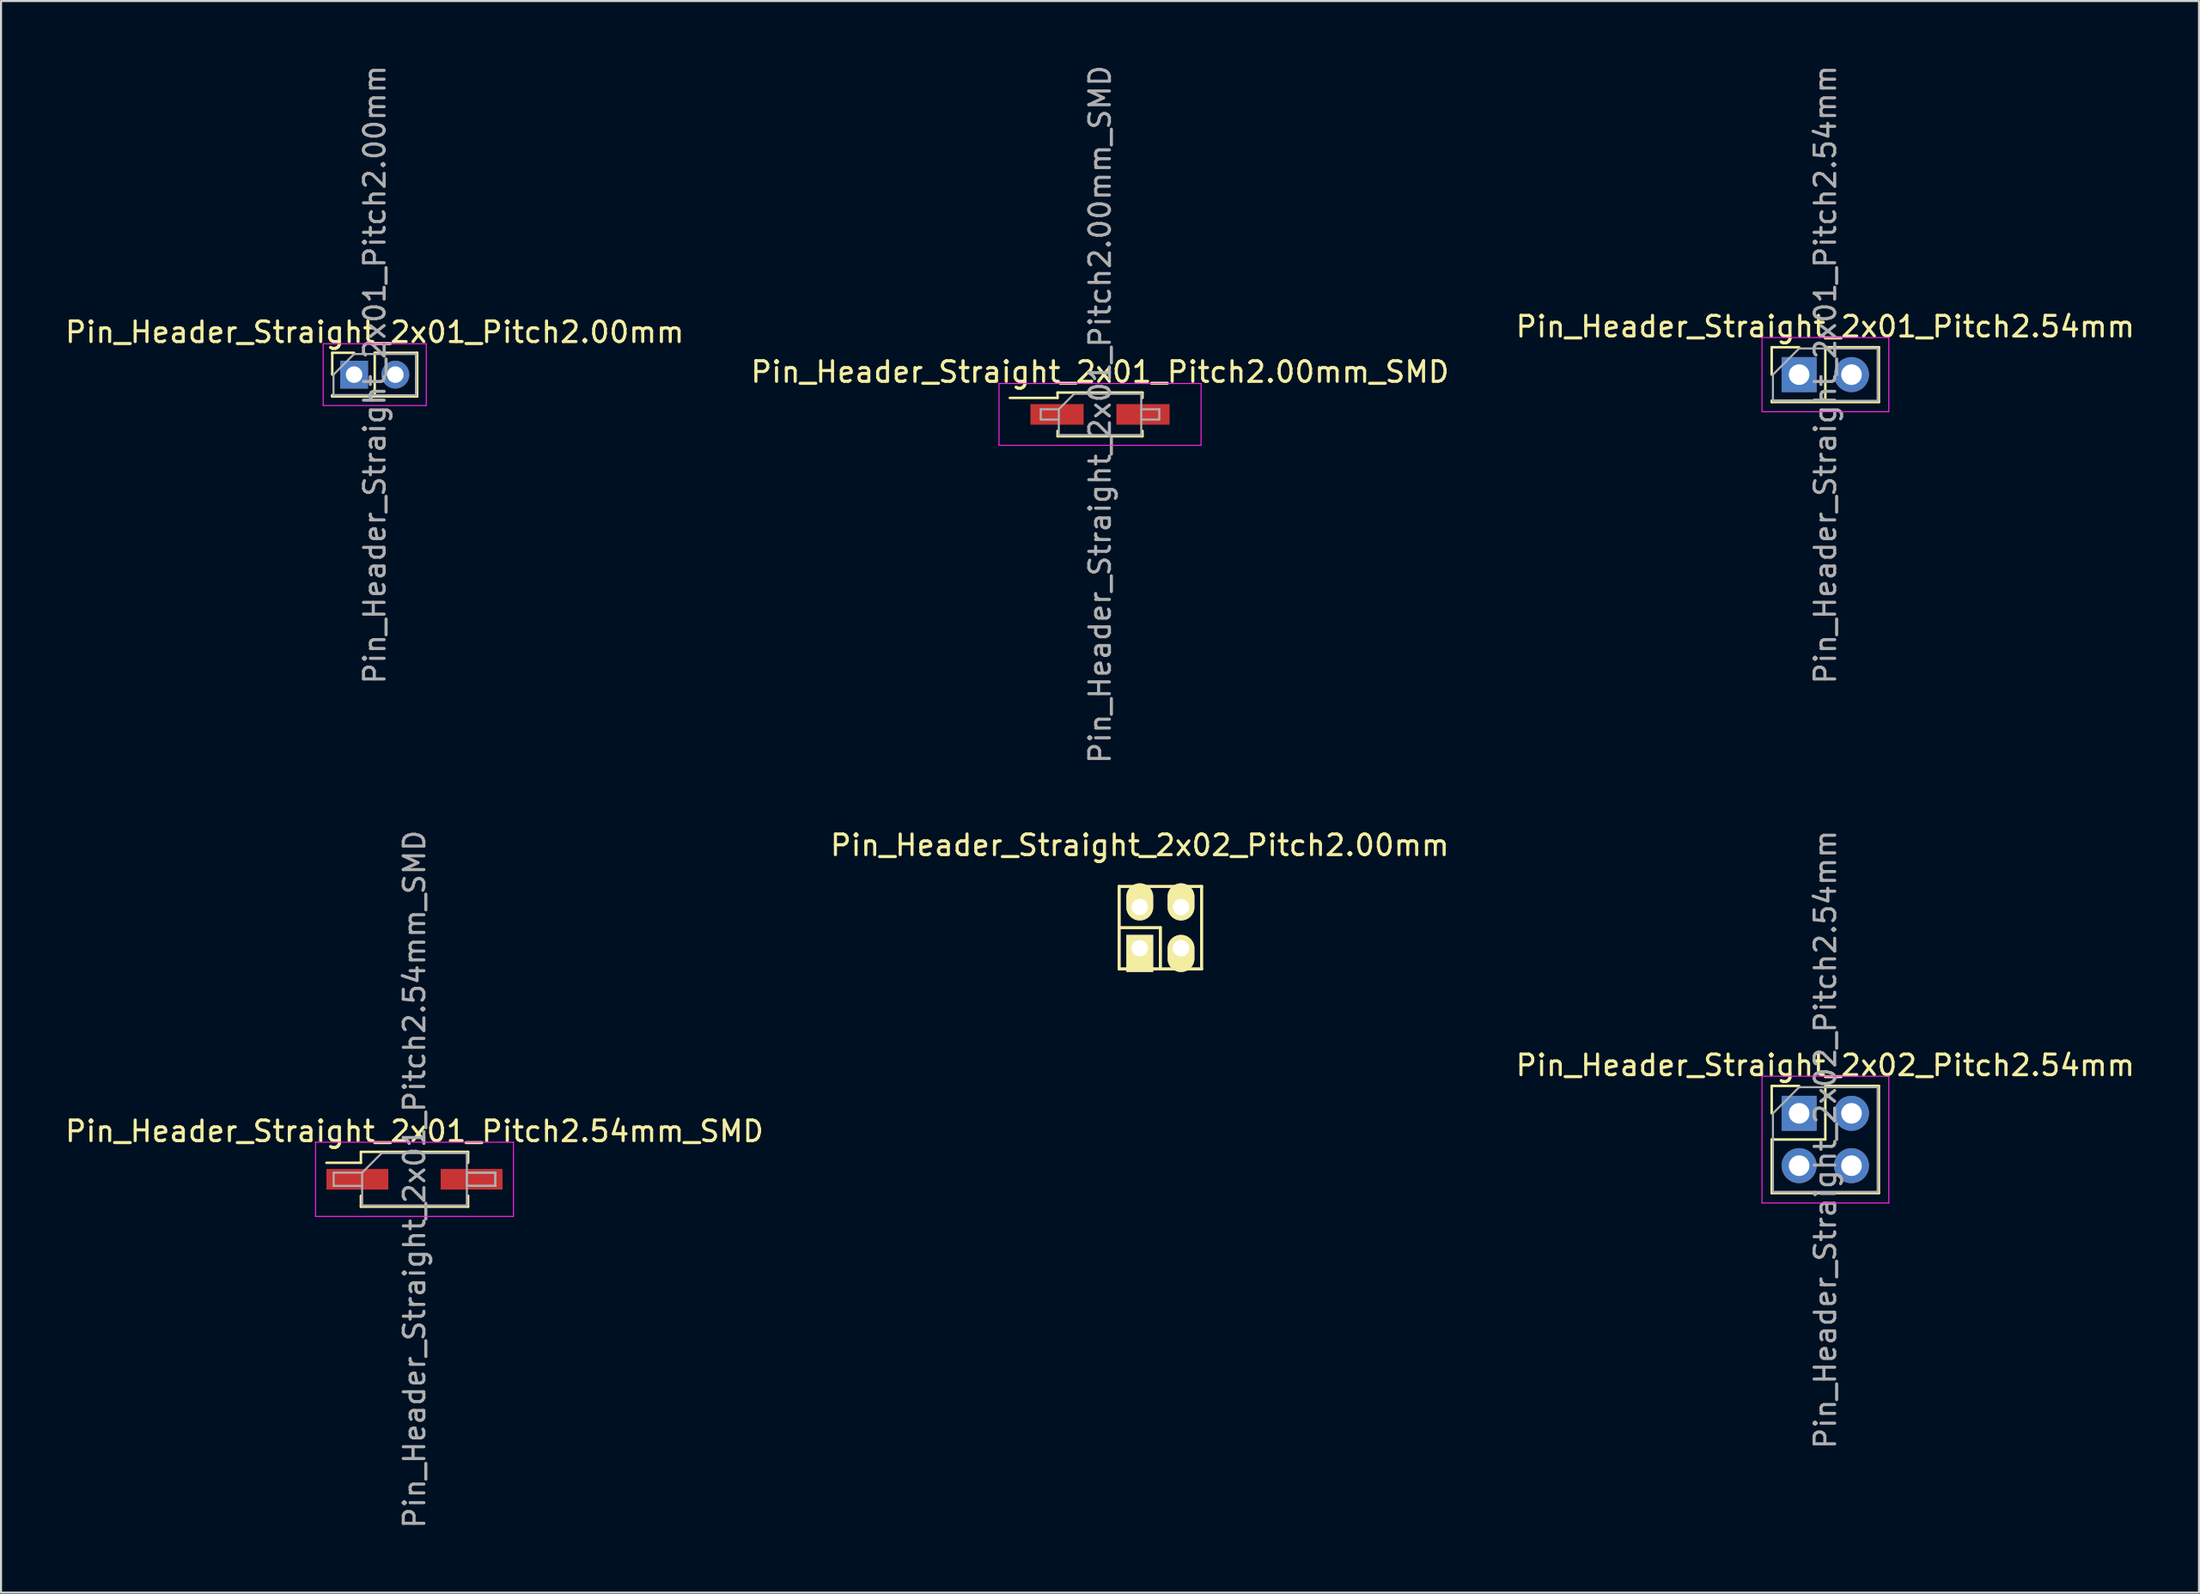
<source format=kicad_pcb>
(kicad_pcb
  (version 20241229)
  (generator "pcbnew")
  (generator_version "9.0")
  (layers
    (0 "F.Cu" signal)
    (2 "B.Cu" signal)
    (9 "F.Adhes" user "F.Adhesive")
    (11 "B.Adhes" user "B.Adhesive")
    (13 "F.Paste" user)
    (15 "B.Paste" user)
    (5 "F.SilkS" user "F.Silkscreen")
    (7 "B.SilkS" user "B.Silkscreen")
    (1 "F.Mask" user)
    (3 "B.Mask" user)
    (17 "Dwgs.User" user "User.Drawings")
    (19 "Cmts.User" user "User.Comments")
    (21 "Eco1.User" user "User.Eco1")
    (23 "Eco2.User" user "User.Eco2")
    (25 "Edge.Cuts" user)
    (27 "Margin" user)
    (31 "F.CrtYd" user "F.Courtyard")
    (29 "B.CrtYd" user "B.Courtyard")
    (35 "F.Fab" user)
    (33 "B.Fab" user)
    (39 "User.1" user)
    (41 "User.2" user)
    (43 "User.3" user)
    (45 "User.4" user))
  (footprint "Pin_Header_Straight_2x01_Pitch2.00mm"
    (layer "F.Cu")
    (at 14.125 15.125)
    (property "Reference" "Pin_Header_Straight_2x01_Pitch2.00mm" (at 1 -2.06 0) (layer "F.SilkS") (effects (font (size 1 1) (thickness 0.15))))
    (attr through_hole)
    (fp_line (start -1.06 -1.06) (end 0 -1.06) (stroke (width 0.12) (type solid)) (layer "F.SilkS"))
    (fp_line (start -1.06 0) (end -1.06 -1.06) (stroke (width 0.12) (type solid)) (layer "F.SilkS"))
    (fp_line (start -1.06 1) (end -1.06 1.06) (stroke (width 0.12) (type solid)) (layer "F.SilkS"))
    (fp_line (start -1.06 1.06) (end 3.06 1.06) (stroke (width 0.12) (type solid)) (layer "F.SilkS"))
    (fp_line (start 1 -1.06) (end 1 1) (stroke (width 0.12) (type solid)) (layer "F.SilkS"))
    (fp_line (start 1 1) (end -1.06 1) (stroke (width 0.12) (type solid)) (layer "F.SilkS"))
    (fp_line (start 3.06 -1.06) (end 1 -1.06) (stroke (width 0.12) (type solid)) (layer "F.SilkS"))
    (fp_line (start 3.06 1.06) (end 3.06 -1.06) (stroke (width 0.12) (type solid)) (layer "F.SilkS"))
    (fp_line (start -1.5 -1.5) (end -1.5 1.5) (stroke (width 0.05) (type solid)) (layer "F.CrtYd"))
    (fp_line (start -1.5 1.5) (end 3.5 1.5) (stroke (width 0.05) (type solid)) (layer "F.CrtYd"))
    (fp_line (start 3.5 -1.5) (end -1.5 -1.5) (stroke (width 0.05) (type solid)) (layer "F.CrtYd"))
    (fp_line (start 3.5 1.5) (end 3.5 -1.5) (stroke (width 0.05) (type solid)) (layer "F.CrtYd"))
    (fp_line (start -1 0) (end 0 -1) (stroke (width 0.1) (type solid)) (layer "F.Fab"))
    (fp_line (start -1 1) (end -1 0) (stroke (width 0.1) (type solid)) (layer "F.Fab"))
    (fp_line (start 0 -1) (end 3 -1) (stroke (width 0.1) (type solid)) (layer "F.Fab"))
    (fp_line (start 3 -1) (end 3 1) (stroke (width 0.1) (type solid)) (layer "F.Fab"))
    (fp_line (start 3 1) (end -1 1) (stroke (width 0.1) (type solid)) (layer "F.Fab"))
    (fp_text user "${REFERENCE}" (at 1 0 90) (layer "F.Fab") (effects (font (size 1 1) (thickness 0.15))))
    (pad "1" thru_hole rect (at 0 0) (size 1.35 1.35) (drill 0.8) (layers "*.Cu" "*.Mask"))
    (pad "2" thru_hole oval (at 2 0) (size 1.35 1.35) (drill 0.8) (layers "*.Cu" "*.Mask")))
  (footprint "Pin_Header_Straight_2x02_Pitch2.00mm"
    (layer "F.Cu")
    (at 52.232 42.955)
    (property "Reference" "Pin_Header_Straight_2x02_Pitch2.00mm" (at 0 -5 0) (layer "F.SilkS") (effects (font (size 1 1) (thickness 0.15))))
    (attr through_hole)
    (fp_line (start -1 -3) (end 3 -3) (stroke (width 0.15) (type solid)) (layer "F.SilkS"))
    (fp_line (start -1 -1) (end 1 -1) (stroke (width 0.15) (type solid)) (layer "F.SilkS"))
    (fp_line (start -1 1) (end -1 -3) (stroke (width 0.15) (type solid)) (layer "F.SilkS"))
    (fp_line (start 1 -1) (end 1 1) (stroke (width 0.15) (type solid)) (layer "F.SilkS"))
    (fp_line (start 3 -3) (end 3 1) (stroke (width 0.15) (type solid)) (layer "F.SilkS"))
    (fp_line (start 3 1) (end -1 1) (stroke (width 0.15) (type solid)) (layer "F.SilkS"))
    (pad "1" thru_hole rect (at 0 0) (size 1.3 1.8) (drill 0.8 (offset 0 0.25)) (layers "*.Cu" "*.Mask" "F.SilkS"))
    (pad "2" thru_hole oval (at 0 -2) (size 1.3 1.8) (drill 0.8 (offset 0 -0.25)) (layers "*.Cu" "*.Mask" "F.SilkS"))
    (pad "3" thru_hole oval (at 2 0) (size 1.3 1.8) (drill 0.8 (offset 0 0.25)) (layers "*.Cu" "*.Mask" "F.SilkS"))
    (pad "4" thru_hole oval (at 2 -2) (size 1.3 1.8) (drill 0.8 (offset 0 -0.25)) (layers "*.Cu" "*.Mask" "F.SilkS")))
  (footprint "Pin_Header_Straight_2x01_Pitch2.54mm"
    (layer "F.Cu")
    (at 84.212 15.125)
    (property "Reference" "Pin_Header_Straight_2x01_Pitch2.54mm" (at 1.27 -2.33 0) (layer "F.SilkS") (effects (font (size 1 1) (thickness 0.15))))
    (attr through_hole)
    (fp_line (start -1.33 -1.33) (end 0 -1.33) (stroke (width 0.12) (type solid)) (layer "F.SilkS"))
    (fp_line (start -1.33 0) (end -1.33 -1.33) (stroke (width 0.12) (type solid)) (layer "F.SilkS"))
    (fp_line (start -1.33 1.27) (end -1.33 1.33) (stroke (width 0.12) (type solid)) (layer "F.SilkS"))
    (fp_line (start -1.33 1.33) (end 3.87 1.33) (stroke (width 0.12) (type solid)) (layer "F.SilkS"))
    (fp_line (start 1.27 -1.33) (end 1.27 1.27) (stroke (width 0.12) (type solid)) (layer "F.SilkS"))
    (fp_line (start 1.27 1.27) (end -1.33 1.27) (stroke (width 0.12) (type solid)) (layer "F.SilkS"))
    (fp_line (start 3.87 -1.33) (end 1.27 -1.33) (stroke (width 0.12) (type solid)) (layer "F.SilkS"))
    (fp_line (start 3.87 1.33) (end 3.87 -1.33) (stroke (width 0.12) (type solid)) (layer "F.SilkS"))
    (fp_line (start -1.8 -1.8) (end -1.8 1.8) (stroke (width 0.05) (type solid)) (layer "F.CrtYd"))
    (fp_line (start -1.8 1.8) (end 4.35 1.8) (stroke (width 0.05) (type solid)) (layer "F.CrtYd"))
    (fp_line (start 4.35 -1.8) (end -1.8 -1.8) (stroke (width 0.05) (type solid)) (layer "F.CrtYd"))
    (fp_line (start 4.35 1.8) (end 4.35 -1.8) (stroke (width 0.05) (type solid)) (layer "F.CrtYd"))
    (fp_line (start -1.27 0) (end 0 -1.27) (stroke (width 0.1) (type solid)) (layer "F.Fab"))
    (fp_line (start -1.27 1.27) (end -1.27 0) (stroke (width 0.1) (type solid)) (layer "F.Fab"))
    (fp_line (start 0 -1.27) (end 3.81 -1.27) (stroke (width 0.1) (type solid)) (layer "F.Fab"))
    (fp_line (start 3.81 -1.27) (end 3.81 1.27) (stroke (width 0.1) (type solid)) (layer "F.Fab"))
    (fp_line (start 3.81 1.27) (end -1.27 1.27) (stroke (width 0.1) (type solid)) (layer "F.Fab"))
    (fp_text user "${REFERENCE}" (at 1.27 0 90) (layer "F.Fab") (effects (font (size 1 1) (thickness 0.15))))
    (pad "1" thru_hole rect (at 0 0) (size 1.7 1.7) (drill 1) (layers "*.Cu" "*.Mask"))
    (pad "2" thru_hole oval (at 2.54 0) (size 1.7 1.7) (drill 1) (layers "*.Cu" "*.Mask")))
  (footprint "Pin_Header_Straight_2x02_Pitch2.54mm"
    (layer "F.Cu")
    (at 84.212 50.962)
    (property "Reference" "Pin_Header_Straight_2x02_Pitch2.54mm" (at 1.27 -2.33 0) (layer "F.SilkS") (effects (font (size 1 1) (thickness 0.15))))
    (attr through_hole)
    (fp_line (start -1.33 -1.33) (end 0 -1.33) (stroke (width 0.12) (type solid)) (layer "F.SilkS"))
    (fp_line (start -1.33 0) (end -1.33 -1.33) (stroke (width 0.12) (type solid)) (layer "F.SilkS"))
    (fp_line (start -1.33 1.27) (end -1.33 3.87) (stroke (width 0.12) (type solid)) (layer "F.SilkS"))
    (fp_line (start -1.33 3.87) (end 3.87 3.87) (stroke (width 0.12) (type solid)) (layer "F.SilkS"))
    (fp_line (start 1.27 -1.33) (end 1.27 1.27) (stroke (width 0.12) (type solid)) (layer "F.SilkS"))
    (fp_line (start 1.27 1.27) (end -1.33 1.27) (stroke (width 0.12) (type solid)) (layer "F.SilkS"))
    (fp_line (start 3.87 -1.33) (end 1.27 -1.33) (stroke (width 0.12) (type solid)) (layer "F.SilkS"))
    (fp_line (start 3.87 3.87) (end 3.87 -1.33) (stroke (width 0.12) (type solid)) (layer "F.SilkS"))
    (fp_line (start -1.8 -1.8) (end -1.8 4.35) (stroke (width 0.05) (type solid)) (layer "F.CrtYd"))
    (fp_line (start -1.8 4.35) (end 4.35 4.35) (stroke (width 0.05) (type solid)) (layer "F.CrtYd"))
    (fp_line (start 4.35 -1.8) (end -1.8 -1.8) (stroke (width 0.05) (type solid)) (layer "F.CrtYd"))
    (fp_line (start 4.35 4.35) (end 4.35 -1.8) (stroke (width 0.05) (type solid)) (layer "F.CrtYd"))
    (fp_line (start -1.27 0) (end 0 -1.27) (stroke (width 0.1) (type solid)) (layer "F.Fab"))
    (fp_line (start -1.27 3.81) (end -1.27 0) (stroke (width 0.1) (type solid)) (layer "F.Fab"))
    (fp_line (start 0 -1.27) (end 3.81 -1.27) (stroke (width 0.1) (type solid)) (layer "F.Fab"))
    (fp_line (start 3.81 -1.27) (end 3.81 3.81) (stroke (width 0.1) (type solid)) (layer "F.Fab"))
    (fp_line (start 3.81 3.81) (end -1.27 3.81) (stroke (width 0.1) (type solid)) (layer "F.Fab"))
    (fp_text user "${REFERENCE}" (at 1.27 1.27 90) (layer "F.Fab") (effects (font (size 1 1) (thickness 0.15))))
    (pad "1" thru_hole rect (at 0 0) (size 1.7 1.7) (drill 1) (layers "*.Cu" "*.Mask"))
    (pad "2" thru_hole oval (at 2.54 0) (size 1.7 1.7) (drill 1) (layers "*.Cu" "*.Mask"))
    (pad "3" thru_hole oval (at 0 2.54) (size 1.7 1.7) (drill 1) (layers "*.Cu" "*.Mask"))
    (pad "4" thru_hole oval (at 2.54 2.54) (size 1.7 1.7) (drill 1) (layers "*.Cu" "*.Mask")))
  (footprint "Pin_Header_Straight_2x01_Pitch2.54mm_SMD"
    (layer "F.Cu")
    (at 17.054 54.161)
    (property "Reference" "Pin_Header_Straight_2x01_Pitch2.54mm_SMD" (at 0 -2.33 0) (layer "F.SilkS") (effects (font (size 1 1) (thickness 0.15))))
    (attr smd)
    (fp_line (start -4.27 -0.8) (end -2.6 -0.8) (stroke (width 0.12) (type solid)) (layer "F.SilkS"))
    (fp_line (start -2.6 -1.33) (end 2.6 -1.33) (stroke (width 0.12) (type solid)) (layer "F.SilkS"))
    (fp_line (start -2.6 -0.8) (end -2.6 -1.33) (stroke (width 0.12) (type solid)) (layer "F.SilkS"))
    (fp_line (start -2.6 0.8) (end -2.6 1.33) (stroke (width 0.12) (type solid)) (layer "F.SilkS"))
    (fp_line (start -2.6 1.33) (end 2.6 1.33) (stroke (width 0.12) (type solid)) (layer "F.SilkS"))
    (fp_line (start 2.6 -1.33) (end 2.6 -0.8) (stroke (width 0.12) (type solid)) (layer "F.SilkS"))
    (fp_line (start 2.6 1.33) (end 2.6 0.8) (stroke (width 0.12) (type solid)) (layer "F.SilkS"))
    (fp_line (start -4.8 -1.8) (end -4.8 1.8) (stroke (width 0.05) (type solid)) (layer "F.CrtYd"))
    (fp_line (start -4.8 1.8) (end 4.8 1.8) (stroke (width 0.05) (type solid)) (layer "F.CrtYd"))
    (fp_line (start 4.8 -1.8) (end -4.8 -1.8) (stroke (width 0.05) (type solid)) (layer "F.CrtYd"))
    (fp_line (start 4.8 1.8) (end 4.8 -1.8) (stroke (width 0.05) (type solid)) (layer "F.CrtYd"))
    (fp_line (start -3.92 -0.32) (end -3.92 0.32) (stroke (width 0.1) (type solid)) (layer "F.Fab"))
    (fp_line (start -3.92 0.32) (end -2.54 0.32) (stroke (width 0.1) (type solid)) (layer "F.Fab"))
    (fp_line (start -2.54 -0.32) (end -3.92 -0.32) (stroke (width 0.1) (type solid)) (layer "F.Fab"))
    (fp_line (start -2.54 -0.32) (end -1.59 -1.27) (stroke (width 0.1) (type solid)) (layer "F.Fab"))
    (fp_line (start -2.54 1.27) (end -2.54 -0.32) (stroke (width 0.1) (type solid)) (layer "F.Fab"))
    (fp_line (start -1.59 -1.27) (end 2.54 -1.27) (stroke (width 0.1) (type solid)) (layer "F.Fab"))
    (fp_line (start 2.54 -1.27) (end 2.54 1.27) (stroke (width 0.1) (type solid)) (layer "F.Fab"))
    (fp_line (start 2.54 -0.32) (end 2.54 0.32) (stroke (width 0.1) (type solid)) (layer "F.Fab"))
    (fp_line (start 2.54 -0.32) (end 3.92 -0.32) (stroke (width 0.1) (type solid)) (layer "F.Fab"))
    (fp_line (start 2.54 0.32) (end 3.92 0.32) (stroke (width 0.1) (type solid)) (layer "F.Fab"))
    (fp_line (start 2.54 1.27) (end -2.54 1.27) (stroke (width 0.1) (type solid)) (layer "F.Fab"))
    (fp_line (start 3.92 -0.32) (end 2.54 -0.32) (stroke (width 0.1) (type solid)) (layer "F.Fab"))
    (fp_line (start 3.92 -0.32) (end 3.92 0.32) (stroke (width 0.1) (type solid)) (layer "F.Fab"))
    (fp_line (start 3.92 0.32) (end 2.54 0.32) (stroke (width 0.1) (type solid)) (layer "F.Fab"))
    (fp_line (start 3.92 0.32) (end 3.92 -0.32) (stroke (width 0.1) (type solid)) (layer "F.Fab"))
    (fp_text user "${REFERENCE}" (at 0 0 90) (layer "F.Fab") (effects (font (size 1 1) (thickness 0.15))))
    (pad "1" smd rect (at -2.77 0) (size 3 1) (layers "F.Cu" "F.Mask"))
    (pad "2" smd rect (at 2.77 0) (size 3 1) (layers "F.Cu" "F.Mask")))
  (footprint "Pin_Header_Straight_2x01_Pitch2.00mm_SMD"
    (layer "F.Cu")
    (at 50.304 17.054)
    (property "Reference" "Pin_Header_Straight_2x01_Pitch2.00mm_SMD" (at 0 -2.06 0) (layer "F.SilkS") (effects (font (size 1 1) (thickness 0.15))))
    (attr smd)
    (fp_line (start -4.375 -0.8) (end -2.06 -0.8) (stroke (width 0.12) (type solid)) (layer "F.SilkS"))
    (fp_line (start -2.06 -1.06) (end 2.06 -1.06) (stroke (width 0.12) (type solid)) (layer "F.SilkS"))
    (fp_line (start -2.06 -0.8) (end -2.06 -1.06) (stroke (width 0.12) (type solid)) (layer "F.SilkS"))
    (fp_line (start -2.06 0.8) (end -2.06 1.06) (stroke (width 0.12) (type solid)) (layer "F.SilkS"))
    (fp_line (start -2.06 1.06) (end 2.06 1.06) (stroke (width 0.12) (type solid)) (layer "F.SilkS"))
    (fp_line (start 2.06 -1.06) (end 2.06 -0.8) (stroke (width 0.12) (type solid)) (layer "F.SilkS"))
    (fp_line (start 2.06 1.06) (end 2.06 0.8) (stroke (width 0.12) (type solid)) (layer "F.SilkS"))
    (fp_line (start -4.9 -1.5) (end -4.9 1.5) (stroke (width 0.05) (type solid)) (layer "F.CrtYd"))
    (fp_line (start -4.9 1.5) (end 4.9 1.5) (stroke (width 0.05) (type solid)) (layer "F.CrtYd"))
    (fp_line (start 4.9 -1.5) (end -4.9 -1.5) (stroke (width 0.05) (type solid)) (layer "F.CrtYd"))
    (fp_line (start 4.9 1.5) (end 4.9 -1.5) (stroke (width 0.05) (type solid)) (layer "F.CrtYd"))
    (fp_line (start -2.875 -0.25) (end -2.875 0.25) (stroke (width 0.1) (type solid)) (layer "F.Fab"))
    (fp_line (start -2.875 0.25) (end -2 0.25) (stroke (width 0.1) (type solid)) (layer "F.Fab"))
    (fp_line (start -2 -0.25) (end -2.875 -0.25) (stroke (width 0.1) (type solid)) (layer "F.Fab"))
    (fp_line (start -2 -0.25) (end -1.25 -1) (stroke (width 0.1) (type solid)) (layer "F.Fab"))
    (fp_line (start -2 1) (end -2 -0.25) (stroke (width 0.1) (type solid)) (layer "F.Fab"))
    (fp_line (start -1.25 -1) (end 2 -1) (stroke (width 0.1) (type solid)) (layer "F.Fab"))
    (fp_line (start 2 -1) (end 2 1) (stroke (width 0.1) (type solid)) (layer "F.Fab"))
    (fp_line (start 2 -0.25) (end 2.875 -0.25) (stroke (width 0.1) (type solid)) (layer "F.Fab"))
    (fp_line (start 2 1) (end -2 1) (stroke (width 0.1) (type solid)) (layer "F.Fab"))
    (fp_line (start 2.875 -0.25) (end 2.875 0.25) (stroke (width 0.1) (type solid)) (layer "F.Fab"))
    (fp_line (start 2.875 0.25) (end 2 0.25) (stroke (width 0.1) (type solid)) (layer "F.Fab"))
    (fp_text user "${REFERENCE}" (at 0 0 90) (layer "F.Fab") (effects (font (size 1 1) (thickness 0.15))))
    (pad "1" smd rect (at -2.085 0) (size 2.58 1) (layers "F.Cu" "F.Mask" "F.Paste"))
    (pad "2" smd rect (at 2.085 0) (size 2.58 1) (layers "F.Cu" "F.Mask" "F.Paste")))
  (gr_rect
    (start -3 -3)
    (end 103.607 74.214)
    (stroke (width 0.1) (type default))
    (fill no)
    (layer "Edge.Cuts")))
</source>
